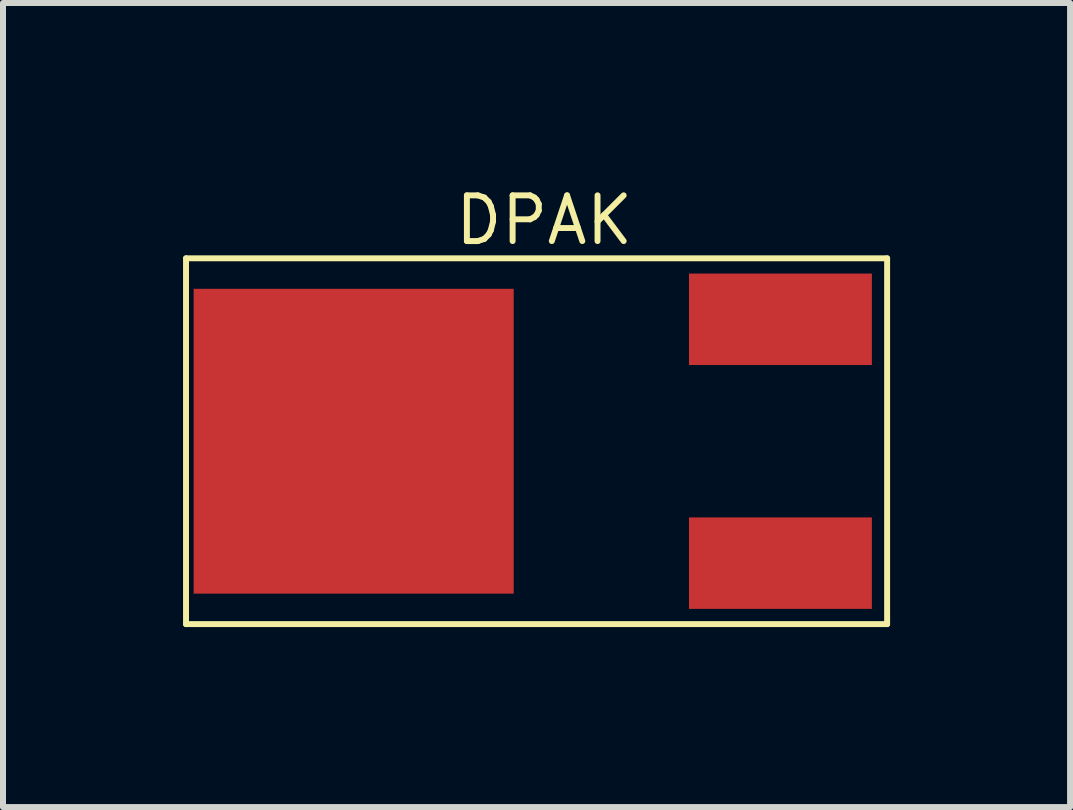
<source format=kicad_pcb>
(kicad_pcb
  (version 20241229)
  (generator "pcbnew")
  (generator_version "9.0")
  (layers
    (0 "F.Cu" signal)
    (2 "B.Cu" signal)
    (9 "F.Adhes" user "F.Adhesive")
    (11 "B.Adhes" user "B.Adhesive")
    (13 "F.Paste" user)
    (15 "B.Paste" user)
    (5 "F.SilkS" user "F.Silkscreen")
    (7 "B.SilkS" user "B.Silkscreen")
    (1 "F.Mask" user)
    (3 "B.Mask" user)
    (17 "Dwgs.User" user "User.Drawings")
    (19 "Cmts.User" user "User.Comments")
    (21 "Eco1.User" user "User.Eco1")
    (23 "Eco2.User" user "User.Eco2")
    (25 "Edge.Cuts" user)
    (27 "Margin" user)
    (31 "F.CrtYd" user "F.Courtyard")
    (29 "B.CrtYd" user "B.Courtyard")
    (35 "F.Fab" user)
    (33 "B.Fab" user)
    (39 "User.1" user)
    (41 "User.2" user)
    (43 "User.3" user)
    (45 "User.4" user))
  (footprint "DPAK"
    (layer "F.Cu")
    (at 5.892 4.303)
    (property "Reference" "DPAK" (at 0.127 -3.683 0) (layer "F.SilkS") (effects (font (size 0.762 0.762) (thickness 0.099))))
    (attr through_hole)
    (fp_line (start -5.842 -3.048) (end 5.842 -3.048) (stroke (width 0.099) (type solid)) (layer "F.SilkS"))
    (fp_line (start -5.842 3.048) (end -5.842 -3.048) (stroke (width 0.099) (type solid)) (layer "F.SilkS"))
    (fp_line (start 5.842 -3.048) (end 5.842 3.048) (stroke (width 0.099) (type solid)) (layer "F.SilkS"))
    (fp_line (start 5.842 3.048) (end -5.842 3.048) (stroke (width 0.099) (type solid)) (layer "F.SilkS"))
    (pad "1" smd rect (at 4.064 2.032) (size 3.048 1.524) (layers "F.Cu" "F.Mask" "F.Paste"))
    (pad "2" smd rect (at -3.048 0) (size 5.334 5.08) (layers "F.Cu" "F.Mask" "F.Paste"))
    (pad "3" smd rect (at 4.064 -2.032) (size 3.048 1.524) (layers "F.Cu" "F.Mask" "F.Paste")))
  (gr_rect
    (start -3 -3)
    (end 14.783 10.4)
    (stroke (width 0.1) (type default))
    (fill no)
    (layer "Edge.Cuts")))
</source>
